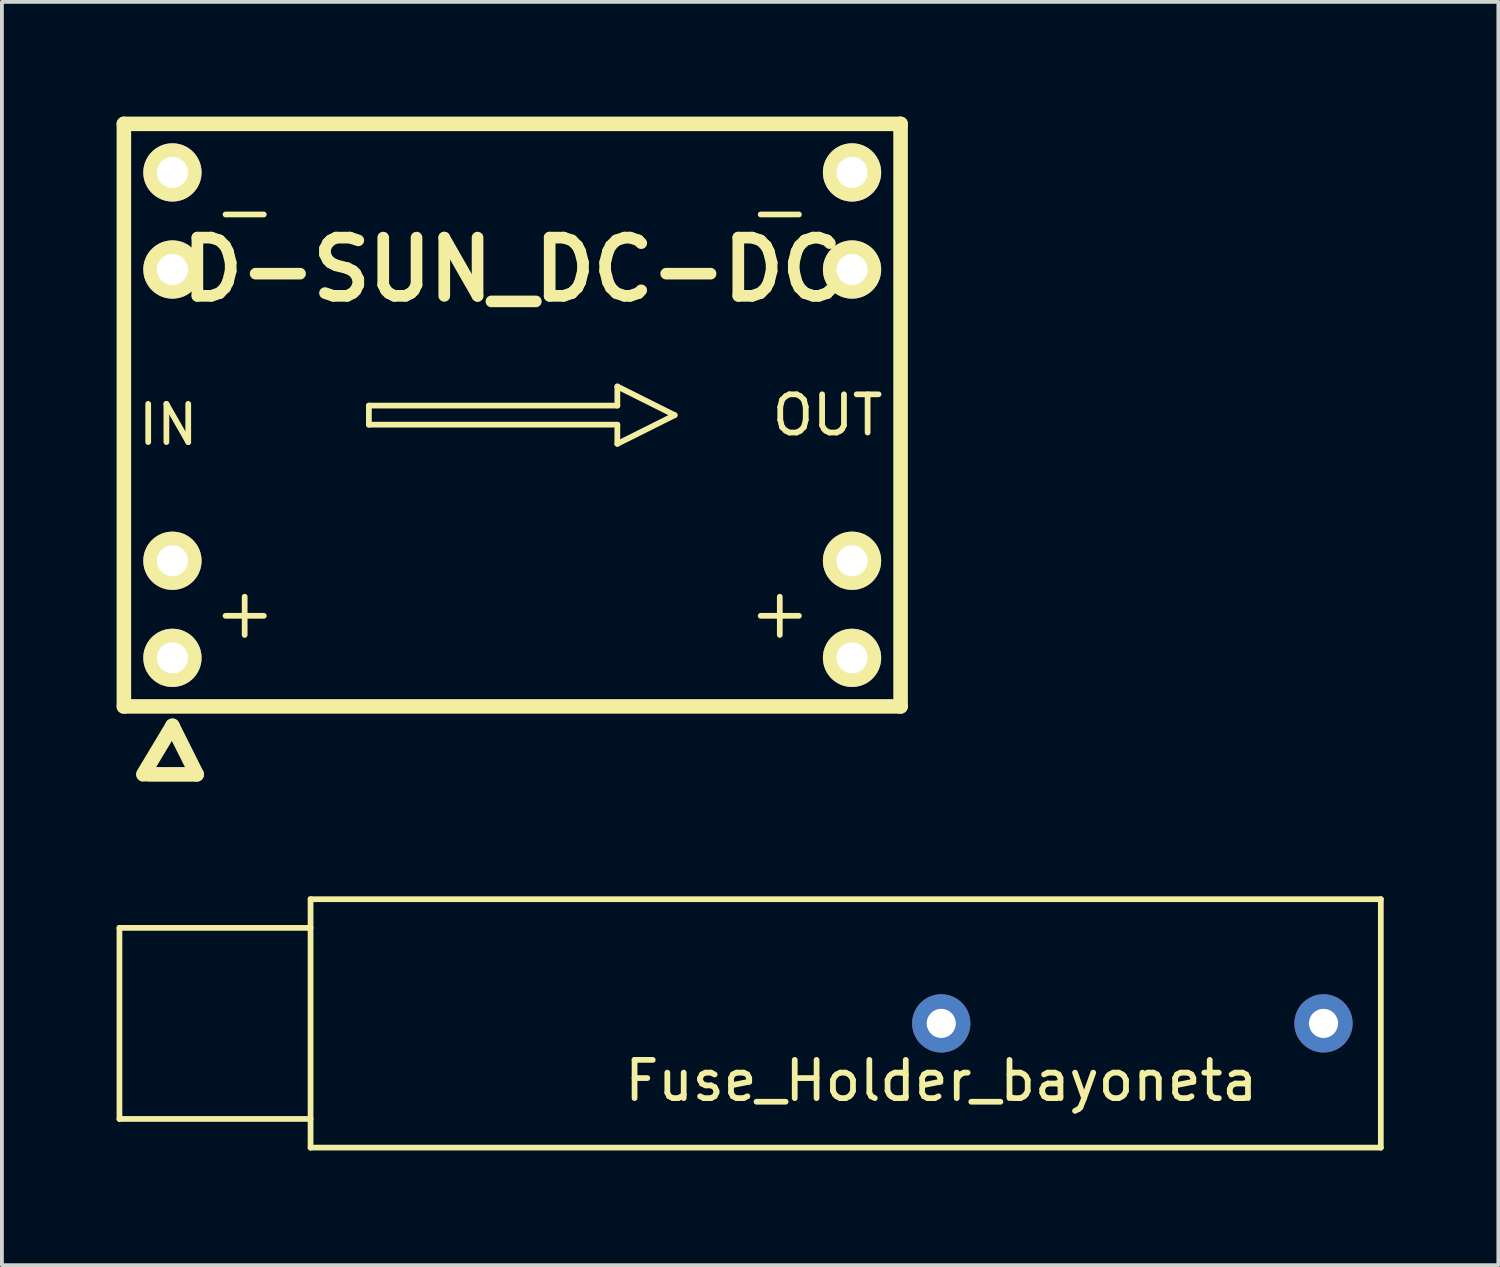
<source format=kicad_pcb>
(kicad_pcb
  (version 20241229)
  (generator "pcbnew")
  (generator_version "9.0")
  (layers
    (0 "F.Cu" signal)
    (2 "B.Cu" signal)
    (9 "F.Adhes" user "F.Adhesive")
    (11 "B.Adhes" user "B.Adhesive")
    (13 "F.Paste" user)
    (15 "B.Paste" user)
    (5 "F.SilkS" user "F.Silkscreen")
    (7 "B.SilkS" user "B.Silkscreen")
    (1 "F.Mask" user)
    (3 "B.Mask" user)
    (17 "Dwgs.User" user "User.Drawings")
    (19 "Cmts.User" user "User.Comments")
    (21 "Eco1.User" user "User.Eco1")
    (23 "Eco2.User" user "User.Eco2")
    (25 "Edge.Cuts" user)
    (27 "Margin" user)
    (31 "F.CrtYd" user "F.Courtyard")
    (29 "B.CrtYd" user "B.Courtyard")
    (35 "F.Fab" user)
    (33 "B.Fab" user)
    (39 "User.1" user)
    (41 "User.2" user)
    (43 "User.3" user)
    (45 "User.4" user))
  (footprint "Fuse_Holder_bayoneta"
    (layer "F.Cu")
    (at 21.575 23.724)
    (property "Reference" "Fuse_Holder_bayoneta" (at 0 1.5 0) (layer "F.SilkS") (effects (font (size 1 1) (thickness 0.15))))
    (attr through_hole)
    (fp_line (start -21.5 -2.5) (end -21.5 2.5) (stroke (width 0.15) (type solid)) (layer "F.SilkS"))
    (fp_line (start -21.5 -2.5) (end -16.5 -2.5) (stroke (width 0.15) (type solid)) (layer "F.SilkS"))
    (fp_line (start -21.5 2.5) (end -16.5 2.5) (stroke (width 0.15) (type solid)) (layer "F.SilkS"))
    (fp_line (start -16.5 -3.25) (end -16.5 3.25) (stroke (width 0.15) (type solid)) (layer "F.SilkS"))
    (fp_line (start 11.5 -3.25) (end -16.5 -3.25) (stroke (width 0.15) (type solid)) (layer "F.SilkS"))
    (fp_line (start 11.5 3.25) (end -16.5 3.25) (stroke (width 0.15) (type solid)) (layer "F.SilkS"))
    (fp_line (start 11.5 3.25) (end 11.5 -3.25) (stroke (width 0.15) (type solid)) (layer "F.SilkS"))
    (pad "1" thru_hole circle (at 0 0) (size 1.524 1.524) (drill 0.762) (layers "*.Cu" "*.Mask"))
    (pad "2" thru_hole circle (at 10 0) (size 1.524 1.524) (drill 0.762) (layers "*.Cu" "*.Mask")))
  (footprint "D-SUN_DC-DC"
    (layer "F.Cu")
    (at 10.351 7.811)
    (property "Reference" "D-SUN_DC-DC" (at 0 -3.81 0) (layer "F.SilkS") (effects (font (size 1.524 1.524) (thickness 0.305))))
    (attr through_hole)
    (fp_line (start -10.16 -7.62) (end 10.16 -7.62) (stroke (width 0.381) (type solid)) (layer "F.SilkS"))
    (fp_line (start -10.16 7.62) (end -10.16 -7.62) (stroke (width 0.381) (type solid)) (layer "F.SilkS"))
    (fp_line (start -9.652 9.398) (end -8.89 8.128) (stroke (width 0.381) (type solid)) (layer "F.SilkS"))
    (fp_line (start -8.89 8.128) (end -8.255 9.398) (stroke (width 0.381) (type solid)) (layer "F.SilkS"))
    (fp_line (start -8.255 9.398) (end -9.525 9.398) (stroke (width 0.381) (type solid)) (layer "F.SilkS"))
    (fp_line (start -7.5 -5.25) (end -6.5 -5.25) (stroke (width 0.15) (type solid)) (layer "F.SilkS"))
    (fp_line (start -7.5 5.25) (end -6.5 5.25) (stroke (width 0.15) (type solid)) (layer "F.SilkS"))
    (fp_line (start -7 4.75) (end -7 5.75) (stroke (width 0.15) (type solid)) (layer "F.SilkS"))
    (fp_line (start -3.75 -0.25) (end -3.75 0.25) (stroke (width 0.15) (type solid)) (layer "F.SilkS"))
    (fp_line (start -3.75 -0.25) (end 2.75 -0.25) (stroke (width 0.15) (type solid)) (layer "F.SilkS"))
    (fp_line (start -3.75 0.25) (end 2.75 0.25) (stroke (width 0.15) (type solid)) (layer "F.SilkS"))
    (fp_line (start 2.75 -0.25) (end 2.75 -0.75) (stroke (width 0.15) (type solid)) (layer "F.SilkS"))
    (fp_line (start 2.75 0.25) (end 2.75 0.75) (stroke (width 0.15) (type solid)) (layer "F.SilkS"))
    (fp_line (start 2.75 0.75) (end 4.25 0) (stroke (width 0.15) (type solid)) (layer "F.SilkS"))
    (fp_line (start 4.25 0) (end 2.75 -0.75) (stroke (width 0.15) (type solid)) (layer "F.SilkS"))
    (fp_line (start 6.5 -5.25) (end 7.5 -5.25) (stroke (width 0.15) (type solid)) (layer "F.SilkS"))
    (fp_line (start 6.5 5.25) (end 7.5 5.25) (stroke (width 0.15) (type solid)) (layer "F.SilkS"))
    (fp_line (start 7 4.75) (end 7 5.75) (stroke (width 0.15) (type solid)) (layer "F.SilkS"))
    (fp_line (start 10.16 -7.62) (end 10.16 7.62) (stroke (width 0.381) (type solid)) (layer "F.SilkS"))
    (fp_line (start 10.16 7.62) (end -10.16 7.62) (stroke (width 0.381) (type solid)) (layer "F.SilkS"))
    (fp_text user "IN" (at -9 0.25 0) (layer "F.SilkS") (effects (font (size 1 1) (thickness 0.15))))
    (fp_text user "OUT" (at 8.25 0 0) (layer "F.SilkS") (effects (font (size 1 1) (thickness 0.15))))
    (pad "1" thru_hole circle (at -8.89 6.35) (size 1.524 1.524) (drill 0.813) (layers "*.Cu" "*.Mask" "F.SilkS"))
    (pad "2" thru_hole circle (at -8.89 3.81) (size 1.524 1.524) (drill 0.813) (layers "*.Cu" "*.Mask" "F.SilkS"))
    (pad "3" thru_hole circle (at -8.89 -3.81) (size 1.524 1.524) (drill 0.813) (layers "*.Cu" "*.Mask" "F.SilkS"))
    (pad "4" thru_hole circle (at -8.89 -6.35) (size 1.524 1.524) (drill 0.813) (layers "*.Cu" "*.Mask" "F.SilkS"))
    (pad "5" thru_hole circle (at 8.89 6.35 270) (size 1.524 1.524) (drill 0.813) (layers "*.Cu" "*.Mask" "F.SilkS"))
    (pad "6" thru_hole circle (at 8.89 3.81 270) (size 1.524 1.524) (drill 0.813) (layers "*.Cu" "*.Mask" "F.SilkS"))
    (pad "7" thru_hole circle (at 8.89 -3.81 270) (size 1.524 1.524) (drill 0.813) (layers "*.Cu" "*.Mask" "F.SilkS"))
    (pad "8" thru_hole circle (at 8.89 -6.35 270) (size 1.524 1.524) (drill 0.813) (layers "*.Cu" "*.Mask" "F.SilkS")))
  (gr_rect
    (start -3 -3)
    (end 36.15 30.049)
    (stroke (width 0.1) (type default))
    (fill no)
    (layer "Edge.Cuts")))
</source>
